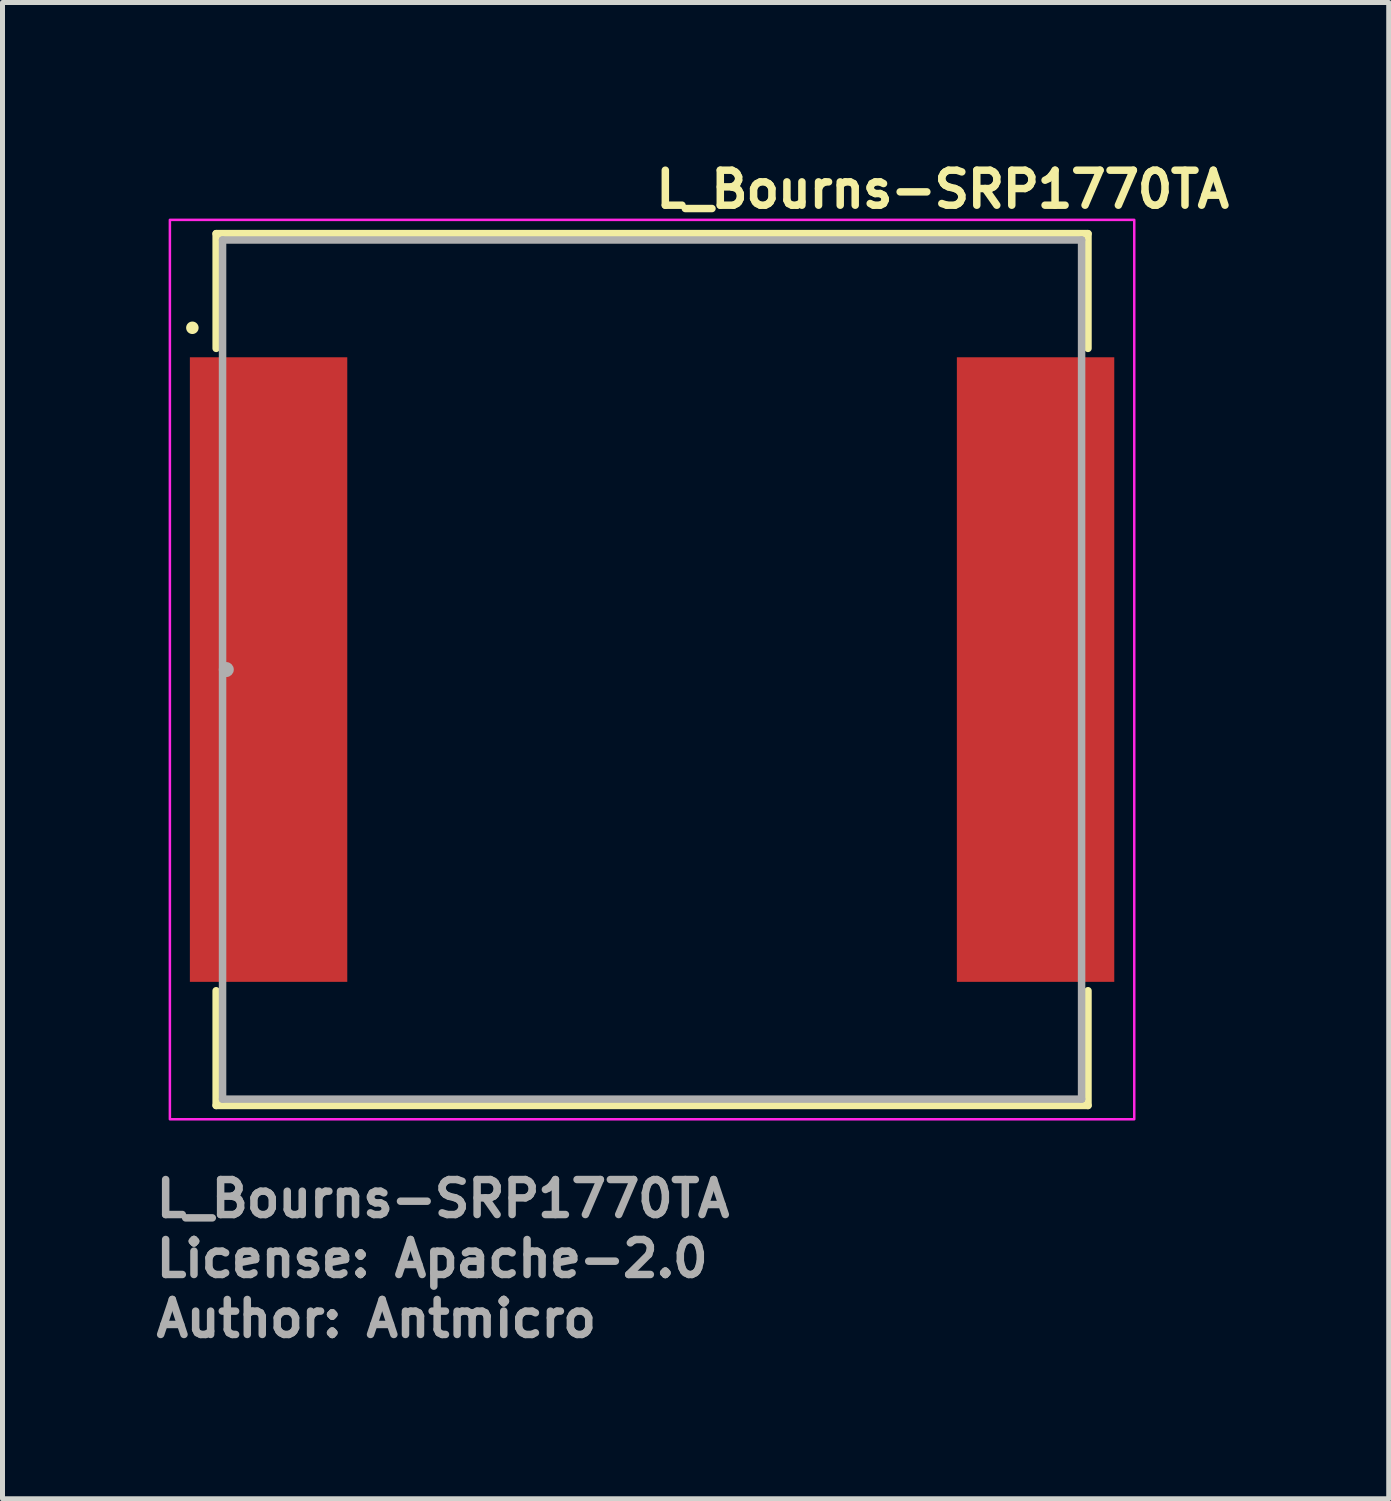
<source format=kicad_pcb>
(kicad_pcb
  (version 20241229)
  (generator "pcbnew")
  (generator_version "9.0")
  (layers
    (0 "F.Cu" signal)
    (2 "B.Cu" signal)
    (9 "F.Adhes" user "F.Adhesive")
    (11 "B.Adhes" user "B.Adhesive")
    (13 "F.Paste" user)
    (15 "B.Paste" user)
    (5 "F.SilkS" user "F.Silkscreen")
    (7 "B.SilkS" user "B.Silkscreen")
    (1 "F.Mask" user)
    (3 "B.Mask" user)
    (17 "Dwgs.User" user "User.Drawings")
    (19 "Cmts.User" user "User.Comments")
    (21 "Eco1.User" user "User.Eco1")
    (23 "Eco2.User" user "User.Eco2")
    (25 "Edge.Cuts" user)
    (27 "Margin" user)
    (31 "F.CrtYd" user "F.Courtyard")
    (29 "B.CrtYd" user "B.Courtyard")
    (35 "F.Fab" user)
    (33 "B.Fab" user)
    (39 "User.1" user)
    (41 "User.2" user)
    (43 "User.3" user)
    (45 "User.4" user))
  (footprint "L_Bourns-SRP1770TA"
    (layer "F.Cu")
    (at 10 10.35)
    (property "Reference" "L_Bourns-SRP1770TA" (at 0 -9.2 0) (layer "F.SilkS") (effects (font (size 0.7 0.7) (thickness 0.15)) (justify left bottom)))
    (attr smd)
    (fp_line (start -8.724 -8.724) (end -8.724 -6.428) (stroke (width 0.15) (type solid)) (layer "F.SilkS"))
    (fp_line (start -8.724 6.428) (end -8.724 8.724) (stroke (width 0.15) (type solid)) (layer "F.SilkS"))
    (fp_line (start -8.724 8.724) (end 8.724 8.724) (stroke (width 0.15) (type solid)) (layer "F.SilkS"))
    (fp_line (start 8.724 -8.724) (end -8.724 -8.724) (stroke (width 0.15) (type solid)) (layer "F.SilkS"))
    (fp_line (start 8.724 -6.428) (end 8.724 -8.724) (stroke (width 0.15) (type solid)) (layer "F.SilkS"))
    (fp_line (start 8.724 8.724) (end 8.724 6.428) (stroke (width 0.15) (type solid)) (layer "F.SilkS"))
    (fp_circle (center -9.2 -6.84) (end -9.15 -6.84) (stroke (width 0.15) (type solid)) (fill yes) (layer "F.SilkS"))
    (fp_rect (start -9.65 -9) (end 9.65 9) (stroke (width 0.05) (type solid)) (fill no) (layer "F.CrtYd"))
    (fp_line (start -8.596 -8.597) (end -8.596 8.597) (stroke (width 0.15) (type solid)) (layer "F.Fab"))
    (fp_line (start -8.596 8.597) (end 8.596 8.597) (stroke (width 0.15) (type solid)) (layer "F.Fab"))
    (fp_line (start 8.596 -8.597) (end -8.596 -8.597) (stroke (width 0.15) (type solid)) (layer "F.Fab"))
    (fp_line (start 8.596 8.597) (end 8.596 -8.597) (stroke (width 0.15) (type solid)) (layer "F.Fab"))
    (fp_circle (center -8.521 0) (end -8.521 0) (stroke (width 0.15) (type solid)) (fill no) (layer "F.Fab"))
    (fp_rect (start -8.598 -8.6) (end 8.598 8.6) (stroke (width 0.1) (type solid)) (fill no) (layer "User.5"))
    (fp_line (start -8.8 -5.95) (end -8.8 -1.55) (stroke (width 0.01) (type solid)) (layer "User.9"))
    (fp_line (start -8.8 -5.95) (end -8.45 -5.95) (stroke (width 0.01) (type solid)) (layer "User.9"))
    (fp_line (start -8.8 -1.55) (end -8.8 1.55) (stroke (width 0.01) (type solid)) (layer "User.9"))
    (fp_line (start -8.8 -1.55) (end -8.45 -1.55) (stroke (width 0.01) (type solid)) (layer "User.9"))
    (fp_line (start -8.8 1.55) (end -8.8 5.95) (stroke (width 0.01) (type solid)) (layer "User.9"))
    (fp_line (start -8.8 1.55) (end -8.45 1.55) (stroke (width 0.01) (type solid)) (layer "User.9"))
    (fp_line (start -8.45 -7.05) (end -8.446 -7.155) (stroke (width 0.01) (type solid)) (layer "User.9"))
    (fp_line (start -8.45 5.95) (end -8.8 5.95) (stroke (width 0.01) (type solid)) (layer "User.9"))
    (fp_line (start -8.45 7.05) (end -8.45 -7.05) (stroke (width 0.01) (type solid)) (layer "User.9"))
    (fp_line (start -8.446 -7.155) (end -8.434 -7.259) (stroke (width 0.01) (type solid)) (layer "User.9"))
    (fp_line (start -8.446 7.155) (end -8.45 7.05) (stroke (width 0.01) (type solid)) (layer "User.9"))
    (fp_line (start -8.434 -7.259) (end -8.415 -7.362) (stroke (width 0.01) (type solid)) (layer "User.9"))
    (fp_line (start -8.434 7.259) (end -8.446 7.155) (stroke (width 0.01) (type solid)) (layer "User.9"))
    (fp_line (start -8.415 -7.362) (end -8.388 -7.463) (stroke (width 0.01) (type solid)) (layer "User.9"))
    (fp_line (start -8.415 7.362) (end -8.434 7.259) (stroke (width 0.01) (type solid)) (layer "User.9"))
    (fp_line (start -8.388 -7.463) (end -8.353 -7.561) (stroke (width 0.01) (type solid)) (layer "User.9"))
    (fp_line (start -8.388 7.463) (end -8.415 7.362) (stroke (width 0.01) (type solid)) (layer "User.9"))
    (fp_line (start -8.353 -7.561) (end -8.311 -7.657) (stroke (width 0.01) (type solid)) (layer "User.9"))
    (fp_line (start -8.353 7.561) (end -8.388 7.463) (stroke (width 0.01) (type solid)) (layer "User.9"))
    (fp_line (start -8.311 -7.657) (end -8.262 -7.75) (stroke (width 0.01) (type solid)) (layer "User.9"))
    (fp_line (start -8.311 7.657) (end -8.353 7.561) (stroke (width 0.01) (type solid)) (layer "User.9"))
    (fp_line (start -8.262 -7.75) (end -8.207 -7.839) (stroke (width 0.01) (type solid)) (layer "User.9"))
    (fp_line (start -8.262 7.75) (end -8.311 7.657) (stroke (width 0.01) (type solid)) (layer "User.9"))
    (fp_line (start -8.207 -7.839) (end -8.145 -7.923) (stroke (width 0.01) (type solid)) (layer "User.9"))
    (fp_line (start -8.207 7.839) (end -8.262 7.75) (stroke (width 0.01) (type solid)) (layer "User.9"))
    (fp_line (start -8.145 -7.923) (end -8.076 -8.002) (stroke (width 0.01) (type solid)) (layer "User.9"))
    (fp_line (start -8.145 7.923) (end -8.207 7.839) (stroke (width 0.01) (type solid)) (layer "User.9"))
    (fp_line (start -8.076 -8.002) (end -8.002 -8.076) (stroke (width 0.01) (type solid)) (layer "User.9"))
    (fp_line (start -8.076 8.002) (end -8.145 7.923) (stroke (width 0.01) (type solid)) (layer "User.9"))
    (fp_line (start -8.002 -8.076) (end -7.923 -8.145) (stroke (width 0.01) (type solid)) (layer "User.9"))
    (fp_line (start -8.002 8.076) (end -8.076 8.002) (stroke (width 0.01) (type solid)) (layer "User.9"))
    (fp_line (start -7.923 -8.145) (end -7.839 -8.207) (stroke (width 0.01) (type solid)) (layer "User.9"))
    (fp_line (start -7.923 8.145) (end -8.002 8.076) (stroke (width 0.01) (type solid)) (layer "User.9"))
    (fp_line (start -7.839 -8.207) (end -7.75 -8.262) (stroke (width 0.01) (type solid)) (layer "User.9"))
    (fp_line (start -7.839 8.207) (end -7.923 8.145) (stroke (width 0.01) (type solid)) (layer "User.9"))
    (fp_line (start -7.75 -8.262) (end -7.657 -8.311) (stroke (width 0.01) (type solid)) (layer "User.9"))
    (fp_line (start -7.75 8.262) (end -7.839 8.207) (stroke (width 0.01) (type solid)) (layer "User.9"))
    (fp_line (start -7.657 -8.311) (end -7.561 -8.353) (stroke (width 0.01) (type solid)) (layer "User.9"))
    (fp_line (start -7.657 8.311) (end -7.75 8.262) (stroke (width 0.01) (type solid)) (layer "User.9"))
    (fp_line (start -7.561 -8.353) (end -7.463 -8.388) (stroke (width 0.01) (type solid)) (layer "User.9"))
    (fp_line (start -7.561 8.353) (end -7.657 8.311) (stroke (width 0.01) (type solid)) (layer "User.9"))
    (fp_line (start -7.463 -8.388) (end -7.362 -8.415) (stroke (width 0.01) (type solid)) (layer "User.9"))
    (fp_line (start -7.463 8.388) (end -7.561 8.353) (stroke (width 0.01) (type solid)) (layer "User.9"))
    (fp_line (start -7.362 -8.415) (end -7.259 -8.434) (stroke (width 0.01) (type solid)) (layer "User.9"))
    (fp_line (start -7.362 8.415) (end -7.463 8.388) (stroke (width 0.01) (type solid)) (layer "User.9"))
    (fp_line (start -7.259 -8.434) (end -7.155 -8.446) (stroke (width 0.01) (type solid)) (layer "User.9"))
    (fp_line (start -7.259 8.434) (end -7.362 8.415) (stroke (width 0.01) (type solid)) (layer "User.9"))
    (fp_line (start -7.155 -8.446) (end -7.05 -8.45) (stroke (width 0.01) (type solid)) (layer "User.9"))
    (fp_line (start -7.155 8.446) (end -7.259 8.434) (stroke (width 0.01) (type solid)) (layer "User.9"))
    (fp_line (start -7.05 -8.45) (end 7.05 -8.45) (stroke (width 0.01) (type solid)) (layer "User.9"))
    (fp_line (start -7.05 8.45) (end -7.155 8.446) (stroke (width 0.01) (type solid)) (layer "User.9"))
    (fp_line (start 7.05 -8.45) (end 7.155 -8.446) (stroke (width 0.01) (type solid)) (layer "User.9"))
    (fp_line (start 7.05 8.45) (end -7.05 8.45) (stroke (width 0.01) (type solid)) (layer "User.9"))
    (fp_line (start 7.155 -8.446) (end 7.259 -8.434) (stroke (width 0.01) (type solid)) (layer "User.9"))
    (fp_line (start 7.155 8.446) (end 7.05 8.45) (stroke (width 0.01) (type solid)) (layer "User.9"))
    (fp_line (start 7.259 -8.434) (end 7.362 -8.415) (stroke (width 0.01) (type solid)) (layer "User.9"))
    (fp_line (start 7.259 8.434) (end 7.155 8.446) (stroke (width 0.01) (type solid)) (layer "User.9"))
    (fp_line (start 7.362 -8.415) (end 7.463 -8.388) (stroke (width 0.01) (type solid)) (layer "User.9"))
    (fp_line (start 7.362 8.415) (end 7.259 8.434) (stroke (width 0.01) (type solid)) (layer "User.9"))
    (fp_line (start 7.463 -8.388) (end 7.561 -8.353) (stroke (width 0.01) (type solid)) (layer "User.9"))
    (fp_line (start 7.463 8.388) (end 7.362 8.415) (stroke (width 0.01) (type solid)) (layer "User.9"))
    (fp_line (start 7.561 -8.353) (end 7.657 -8.311) (stroke (width 0.01) (type solid)) (layer "User.9"))
    (fp_line (start 7.561 8.353) (end 7.463 8.388) (stroke (width 0.01) (type solid)) (layer "User.9"))
    (fp_line (start 7.657 -8.311) (end 7.75 -8.262) (stroke (width 0.01) (type solid)) (layer "User.9"))
    (fp_line (start 7.657 8.311) (end 7.561 8.353) (stroke (width 0.01) (type solid)) (layer "User.9"))
    (fp_line (start 7.75 -8.262) (end 7.839 -8.207) (stroke (width 0.01) (type solid)) (layer "User.9"))
    (fp_line (start 7.75 8.262) (end 7.657 8.311) (stroke (width 0.01) (type solid)) (layer "User.9"))
    (fp_line (start 7.839 -8.207) (end 7.923 -8.145) (stroke (width 0.01) (type solid)) (layer "User.9"))
    (fp_line (start 7.839 8.207) (end 7.75 8.262) (stroke (width 0.01) (type solid)) (layer "User.9"))
    (fp_line (start 7.923 -8.145) (end 8.002 -8.076) (stroke (width 0.01) (type solid)) (layer "User.9"))
    (fp_line (start 7.923 8.145) (end 7.839 8.207) (stroke (width 0.01) (type solid)) (layer "User.9"))
    (fp_line (start 8.002 -8.076) (end 8.076 -8.002) (stroke (width 0.01) (type solid)) (layer "User.9"))
    (fp_line (start 8.002 8.076) (end 7.923 8.145) (stroke (width 0.01) (type solid)) (layer "User.9"))
    (fp_line (start 8.076 -8.002) (end 8.145 -7.923) (stroke (width 0.01) (type solid)) (layer "User.9"))
    (fp_line (start 8.076 8.002) (end 8.002 8.076) (stroke (width 0.01) (type solid)) (layer "User.9"))
    (fp_line (start 8.145 -7.923) (end 8.207 -7.839) (stroke (width 0.01) (type solid)) (layer "User.9"))
    (fp_line (start 8.145 7.923) (end 8.076 8.002) (stroke (width 0.01) (type solid)) (layer "User.9"))
    (fp_line (start 8.207 -7.839) (end 8.262 -7.75) (stroke (width 0.01) (type solid)) (layer "User.9"))
    (fp_line (start 8.207 7.839) (end 8.145 7.923) (stroke (width 0.01) (type solid)) (layer "User.9"))
    (fp_line (start 8.262 -7.75) (end 8.311 -7.657) (stroke (width 0.01) (type solid)) (layer "User.9"))
    (fp_line (start 8.262 7.75) (end 8.207 7.839) (stroke (width 0.01) (type solid)) (layer "User.9"))
    (fp_line (start 8.311 -7.657) (end 8.353 -7.561) (stroke (width 0.01) (type solid)) (layer "User.9"))
    (fp_line (start 8.311 7.657) (end 8.262 7.75) (stroke (width 0.01) (type solid)) (layer "User.9"))
    (fp_line (start 8.353 -7.561) (end 8.388 -7.463) (stroke (width 0.01) (type solid)) (layer "User.9"))
    (fp_line (start 8.353 7.561) (end 8.311 7.657) (stroke (width 0.01) (type solid)) (layer "User.9"))
    (fp_line (start 8.388 -7.463) (end 8.415 -7.362) (stroke (width 0.01) (type solid)) (layer "User.9"))
    (fp_line (start 8.388 7.463) (end 8.353 7.561) (stroke (width 0.01) (type solid)) (layer "User.9"))
    (fp_line (start 8.415 -7.362) (end 8.434 -7.259) (stroke (width 0.01) (type solid)) (layer "User.9"))
    (fp_line (start 8.415 7.362) (end 8.388 7.463) (stroke (width 0.01) (type solid)) (layer "User.9"))
    (fp_line (start 8.434 -7.259) (end 8.446 -7.155) (stroke (width 0.01) (type solid)) (layer "User.9"))
    (fp_line (start 8.434 7.259) (end 8.415 7.362) (stroke (width 0.01) (type solid)) (layer "User.9"))
    (fp_line (start 8.446 -7.155) (end 8.45 -7.05) (stroke (width 0.01) (type solid)) (layer "User.9"))
    (fp_line (start 8.446 7.155) (end 8.434 7.259) (stroke (width 0.01) (type solid)) (layer "User.9"))
    (fp_line (start 8.45 -7.05) (end 8.45 7.05) (stroke (width 0.01) (type solid)) (layer "User.9"))
    (fp_line (start 8.45 7.05) (end 8.446 7.155) (stroke (width 0.01) (type solid)) (layer "User.9"))
    (fp_line (start 8.8 -5.95) (end 8.45 -5.95) (stroke (width 0.01) (type solid)) (layer "User.9"))
    (fp_line (start 8.8 -5.95) (end 8.8 -1.55) (stroke (width 0.01) (type solid)) (layer "User.9"))
    (fp_line (start 8.8 -1.55) (end 8.45 -1.55) (stroke (width 0.01) (type solid)) (layer "User.9"))
    (fp_line (start 8.8 -1.55) (end 8.8 1.55) (stroke (width 0.01) (type solid)) (layer "User.9"))
    (fp_line (start 8.8 1.55) (end 8.45 1.55) (stroke (width 0.01) (type solid)) (layer "User.9"))
    (fp_line (start 8.8 1.55) (end 8.8 5.95) (stroke (width 0.01) (type solid)) (layer "User.9"))
    (fp_line (start 8.8 5.95) (end 8.45 5.95) (stroke (width 0.01) (type solid)) (layer "User.9"))
    (fp_text user "${REFERENCE}" (at -10 11 0) (layer "F.Fab") (effects (font (size 0.7 0.7) (thickness 0.15)) (justify left bottom)))
    (fp_text user "License: Apache-2.0" (at -10 12.2 0) (layer "F.Fab") (effects (font (size 0.7 0.7) (thickness 0.15)) (justify left bottom)))
    (fp_text user "Author: Antmicro" (at -10 13.4 0) (layer "F.Fab") (effects (font (size 0.7 0.7) (thickness 0.15)) (justify left bottom)))
    (pad "1" smd rect (at -7.675 0) (size 3.15 12.5) (layers "F.Cu" "F.Mask" "F.Paste"))
    (pad "2" smd rect (at 7.675 0) (size 3.15 12.5) (layers "F.Cu" "F.Mask" "F.Paste")))
  (gr_rect
    (start -3 -3)
    (end 24.743 26.945)
    (stroke (width 0.1) (type default))
    (fill no)
    (layer "Edge.Cuts")))
</source>
